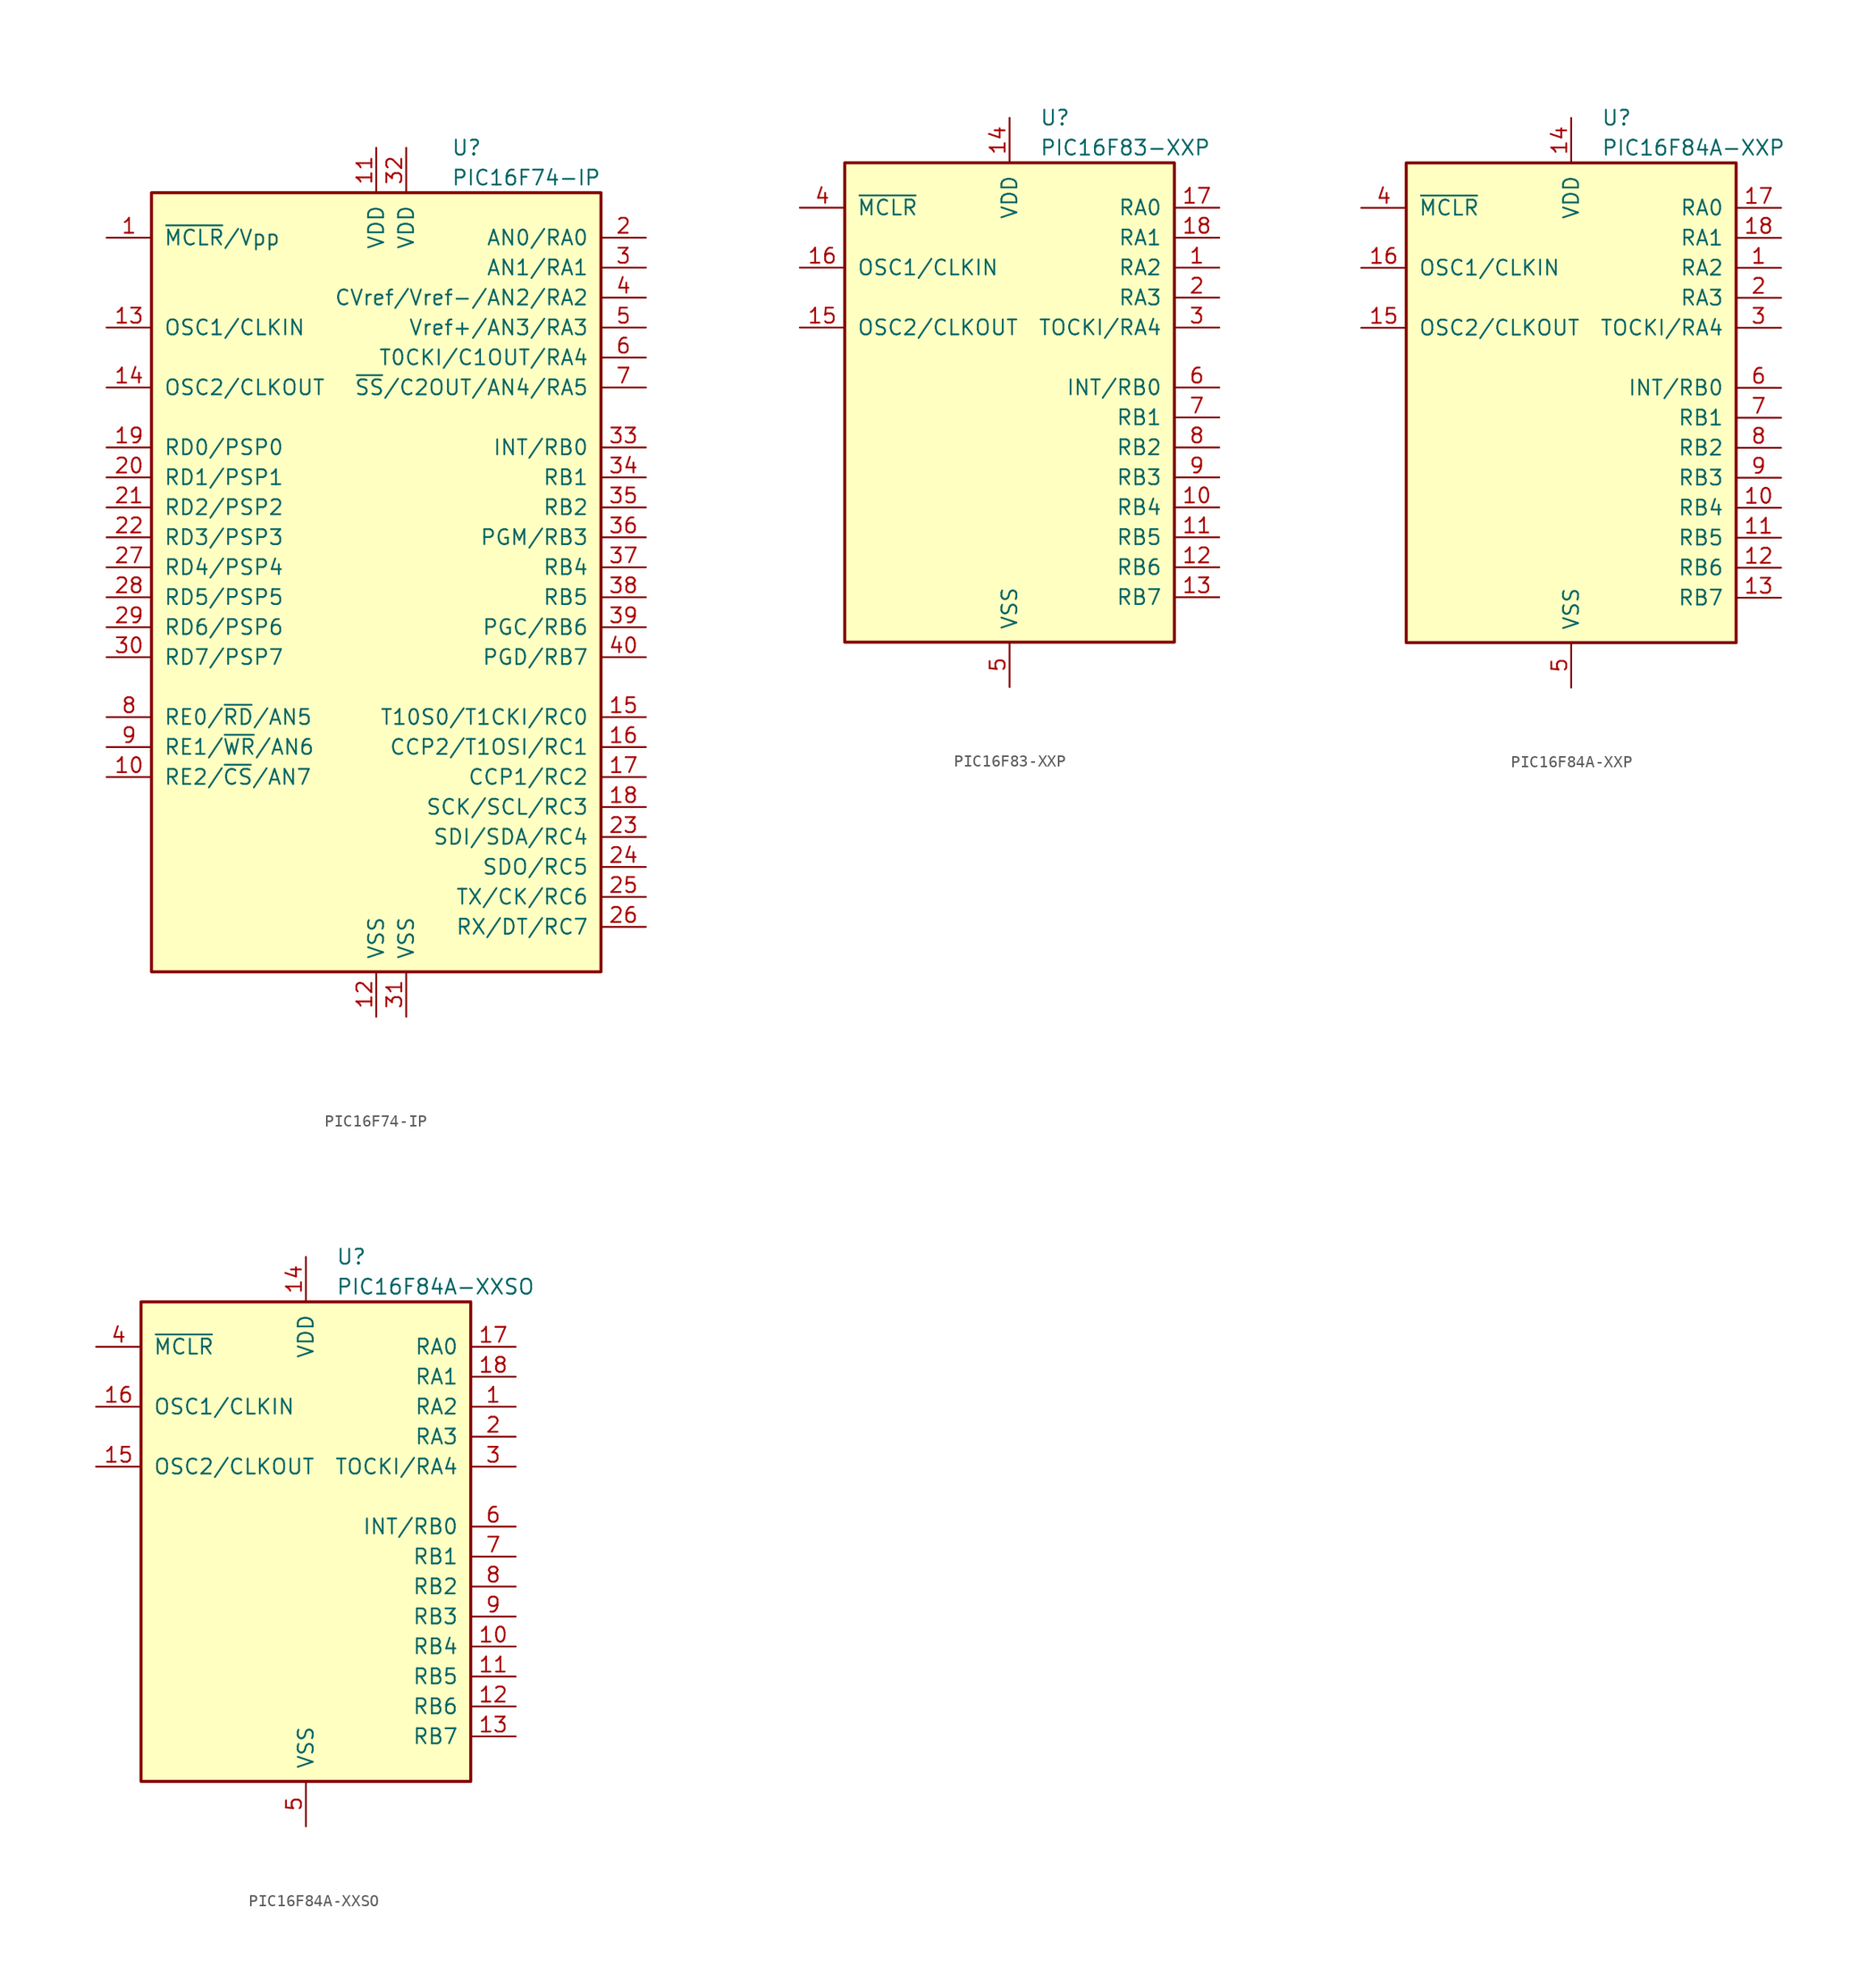
<source format=kicad_sym>
(kicad_symbol_lib
  (version 20220914)
  (generator kicad_symbol_editor)
  (symbol "PIC16F74-IP"
    (pin_names
      (offset 1.016))
    (property "Reference" "U"
      (at 6.35 35.56 0)
      (effects (font (size 1.27 1.27)) (justify left)))
    (property "Value" "PIC16F74-IP"
      (at 6.35 33.02 0)
      (effects (font (size 1.27 1.27)) (justify left)))
    (symbol "PIC16F74-IP_0_1"
      (rectangle (start -19.05 -34.29) (end 19.05 31.75) (stroke (width 0.254) (type default)) (fill (type background))))
    (symbol "PIC16F74-IP_1_1"
      (pin input line (at -22.86 27.94 0) (length 3.81) (name "~{MCLR}/Vpp" (effects (font (size 1.27 1.27)))) (number "1" (effects (font (size 1.27 1.27)))))
      (pin bidirectional line (at -22.86 -17.78 0) (length 3.81) (name "RE2/~{CS}/AN7" (effects (font (size 1.27 1.27)))) (number "10" (effects (font (size 1.27 1.27)))))
      (pin power_in line (at 0 35.56 270) (length 3.81) (name "VDD" (effects (font (size 1.27 1.27)))) (number "11" (effects (font (size 1.27 1.27)))))
      (pin power_in line (at 0 -38.1 90) (length 3.81) (name "VSS" (effects (font (size 1.27 1.27)))) (number "12" (effects (font (size 1.27 1.27)))))
      (pin input line (at -22.86 20.32 0) (length 3.81) (name "OSC1/CLKIN" (effects (font (size 1.27 1.27)))) (number "13" (effects (font (size 1.27 1.27)))))
      (pin output line (at -22.86 15.24 0) (length 3.81) (name "OSC2/CLKOUT" (effects (font (size 1.27 1.27)))) (number "14" (effects (font (size 1.27 1.27)))))
      (pin bidirectional line (at 22.86 -12.7 180) (length 3.81) (name "T10S0/T1CKI/RC0" (effects (font (size 1.27 1.27)))) (number "15" (effects (font (size 1.27 1.27)))))
      (pin bidirectional line (at 22.86 -15.24 180) (length 3.81) (name "CCP2/T1OSI/RC1" (effects (font (size 1.27 1.27)))) (number "16" (effects (font (size 1.27 1.27)))))
      (pin bidirectional line (at 22.86 -17.78 180) (length 3.81) (name "CCP1/RC2" (effects (font (size 1.27 1.27)))) (number "17" (effects (font (size 1.27 1.27)))))
      (pin bidirectional line (at 22.86 -20.32 180) (length 3.81) (name "SCK/SCL/RC3" (effects (font (size 1.27 1.27)))) (number "18" (effects (font (size 1.27 1.27)))))
      (pin bidirectional line (at -22.86 10.16 0) (length 3.81) (name "RD0/PSP0" (effects (font (size 1.27 1.27)))) (number "19" (effects (font (size 1.27 1.27)))))
      (pin bidirectional line (at 22.86 27.94 180) (length 3.81) (name "AN0/RA0" (effects (font (size 1.27 1.27)))) (number "2" (effects (font (size 1.27 1.27)))))
      (pin bidirectional line (at -22.86 7.62 0) (length 3.81) (name "RD1/PSP1" (effects (font (size 1.27 1.27)))) (number "20" (effects (font (size 1.27 1.27)))))
      (pin bidirectional line (at -22.86 5.08 0) (length 3.81) (name "RD2/PSP2" (effects (font (size 1.27 1.27)))) (number "21" (effects (font (size 1.27 1.27)))))
      (pin bidirectional line (at -22.86 2.54 0) (length 3.81) (name "RD3/PSP3" (effects (font (size 1.27 1.27)))) (number "22" (effects (font (size 1.27 1.27)))))
      (pin bidirectional line (at 22.86 -22.86 180) (length 3.81) (name "SDI/SDA/RC4" (effects (font (size 1.27 1.27)))) (number "23" (effects (font (size 1.27 1.27)))))
      (pin bidirectional line (at 22.86 -25.4 180) (length 3.81) (name "SDO/RC5" (effects (font (size 1.27 1.27)))) (number "24" (effects (font (size 1.27 1.27)))))
      (pin bidirectional line (at 22.86 -27.94 180) (length 3.81) (name "TX/CK/RC6" (effects (font (size 1.27 1.27)))) (number "25" (effects (font (size 1.27 1.27)))))
      (pin bidirectional line (at 22.86 -30.48 180) (length 3.81) (name "RX/DT/RC7" (effects (font (size 1.27 1.27)))) (number "26" (effects (font (size 1.27 1.27)))))
      (pin bidirectional line (at -22.86 0 0) (length 3.81) (name "RD4/PSP4" (effects (font (size 1.27 1.27)))) (number "27" (effects (font (size 1.27 1.27)))))
      (pin bidirectional line (at -22.86 -2.54 0) (length 3.81) (name "RD5/PSP5" (effects (font (size 1.27 1.27)))) (number "28" (effects (font (size 1.27 1.27)))))
      (pin bidirectional line (at -22.86 -5.08 0) (length 3.81) (name "RD6/PSP6" (effects (font (size 1.27 1.27)))) (number "29" (effects (font (size 1.27 1.27)))))
      (pin bidirectional line (at 22.86 25.4 180) (length 3.81) (name "AN1/RA1" (effects (font (size 1.27 1.27)))) (number "3" (effects (font (size 1.27 1.27)))))
      (pin bidirectional line (at -22.86 -7.62 0) (length 3.81) (name "RD7/PSP7" (effects (font (size 1.27 1.27)))) (number "30" (effects (font (size 1.27 1.27)))))
      (pin power_in line (at 2.54 -38.1 90) (length 3.81) (name "VSS" (effects (font (size 1.27 1.27)))) (number "31" (effects (font (size 1.27 1.27)))))
      (pin power_in line (at 2.54 35.56 270) (length 3.81) (name "VDD" (effects (font (size 1.27 1.27)))) (number "32" (effects (font (size 1.27 1.27)))))
      (pin bidirectional line (at 22.86 10.16 180) (length 3.81) (name "INT/RB0" (effects (font (size 1.27 1.27)))) (number "33" (effects (font (size 1.27 1.27)))))
      (pin bidirectional line (at 22.86 7.62 180) (length 3.81) (name "RB1" (effects (font (size 1.27 1.27)))) (number "34" (effects (font (size 1.27 1.27)))))
      (pin bidirectional line (at 22.86 5.08 180) (length 3.81) (name "RB2" (effects (font (size 1.27 1.27)))) (number "35" (effects (font (size 1.27 1.27)))))
      (pin bidirectional line (at 22.86 2.54 180) (length 3.81) (name "PGM/RB3" (effects (font (size 1.27 1.27)))) (number "36" (effects (font (size 1.27 1.27)))))
      (pin bidirectional line (at 22.86 0 180) (length 3.81) (name "RB4" (effects (font (size 1.27 1.27)))) (number "37" (effects (font (size 1.27 1.27)))))
      (pin bidirectional line (at 22.86 -2.54 180) (length 3.81) (name "RB5" (effects (font (size 1.27 1.27)))) (number "38" (effects (font (size 1.27 1.27)))))
      (pin bidirectional line (at 22.86 -5.08 180) (length 3.81) (name "PGC/RB6" (effects (font (size 1.27 1.27)))) (number "39" (effects (font (size 1.27 1.27)))))
      (pin bidirectional line (at 22.86 22.86 180) (length 3.81) (name "CVref/Vref-/AN2/RA2" (effects (font (size 1.27 1.27)))) (number "4" (effects (font (size 1.27 1.27)))))
      (pin bidirectional line (at 22.86 -7.62 180) (length 3.81) (name "PGD/RB7" (effects (font (size 1.27 1.27)))) (number "40" (effects (font (size 1.27 1.27)))))
      (pin bidirectional line (at 22.86 20.32 180) (length 3.81) (name "Vref+/AN3/RA3" (effects (font (size 1.27 1.27)))) (number "5" (effects (font (size 1.27 1.27)))))
      (pin bidirectional line (at 22.86 17.78 180) (length 3.81) (name "T0CKI/C1OUT/RA4" (effects (font (size 1.27 1.27)))) (number "6" (effects (font (size 1.27 1.27)))))
      (pin bidirectional line (at 22.86 15.24 180) (length 3.81) (name "~{SS}/C2OUT/AN4/RA5" (effects (font (size 1.27 1.27)))) (number "7" (effects (font (size 1.27 1.27)))))
      (pin bidirectional line (at -22.86 -12.7 0) (length 3.81) (name "RE0/~{RD}/AN5" (effects (font (size 1.27 1.27)))) (number "8" (effects (font (size 1.27 1.27)))))
      (pin bidirectional line (at -22.86 -15.24 0) (length 3.81) (name "RE1/~{WR}/AN6" (effects (font (size 1.27 1.27)))) (number "9" (effects (font (size 1.27 1.27)))))))
  (symbol "PIC16F83-XXP"
    (pin_names
      (offset 1.016))
    (property "Reference" "U"
      (at 2.54 22.86 0)
      (effects (font (size 1.27 1.27)) (justify left)))
    (property "Value" "PIC16F83-XXP"
      (at 2.54 20.32 0)
      (effects (font (size 1.27 1.27)) (justify left)))
    (symbol "PIC16F83-XXP_0_1"
      (rectangle (start -13.97 19.05) (end 13.97 -21.59) (stroke (width 0.254) (type default)) (fill (type background))))
    (symbol "PIC16F83-XXP_1_1"
      (pin bidirectional line (at 17.78 10.16 180) (length 3.81) (name "RA2" (effects (font (size 1.27 1.27)))) (number "1" (effects (font (size 1.27 1.27)))))
      (pin bidirectional line (at 17.78 -10.16 180) (length 3.81) (name "RB4" (effects (font (size 1.27 1.27)))) (number "10" (effects (font (size 1.27 1.27)))))
      (pin bidirectional line (at 17.78 -12.7 180) (length 3.81) (name "RB5" (effects (font (size 1.27 1.27)))) (number "11" (effects (font (size 1.27 1.27)))))
      (pin bidirectional line (at 17.78 -15.24 180) (length 3.81) (name "RB6" (effects (font (size 1.27 1.27)))) (number "12" (effects (font (size 1.27 1.27)))))
      (pin bidirectional line (at 17.78 -17.78 180) (length 3.81) (name "RB7" (effects (font (size 1.27 1.27)))) (number "13" (effects (font (size 1.27 1.27)))))
      (pin power_in line (at 0 22.86 270) (length 3.81) (name "VDD" (effects (font (size 1.27 1.27)))) (number "14" (effects (font (size 1.27 1.27)))))
      (pin output line (at -17.78 5.08 0) (length 3.81) (name "OSC2/CLKOUT" (effects (font (size 1.27 1.27)))) (number "15" (effects (font (size 1.27 1.27)))))
      (pin input line (at -17.78 10.16 0) (length 3.81) (name "OSC1/CLKIN" (effects (font (size 1.27 1.27)))) (number "16" (effects (font (size 1.27 1.27)))))
      (pin bidirectional line (at 17.78 15.24 180) (length 3.81) (name "RA0" (effects (font (size 1.27 1.27)))) (number "17" (effects (font (size 1.27 1.27)))))
      (pin bidirectional line (at 17.78 12.7 180) (length 3.81) (name "RA1" (effects (font (size 1.27 1.27)))) (number "18" (effects (font (size 1.27 1.27)))))
      (pin bidirectional line (at 17.78 7.62 180) (length 3.81) (name "RA3" (effects (font (size 1.27 1.27)))) (number "2" (effects (font (size 1.27 1.27)))))
      (pin bidirectional line (at 17.78 5.08 180) (length 3.81) (name "TOCKI/RA4" (effects (font (size 1.27 1.27)))) (number "3" (effects (font (size 1.27 1.27)))))
      (pin input line (at -17.78 15.24 0) (length 3.81) (name "~{MCLR}" (effects (font (size 1.27 1.27)))) (number "4" (effects (font (size 1.27 1.27)))))
      (pin power_in line (at 0 -25.4 90) (length 3.81) (name "VSS" (effects (font (size 1.27 1.27)))) (number "5" (effects (font (size 1.27 1.27)))))
      (pin bidirectional line (at 17.78 0 180) (length 3.81) (name "INT/RB0" (effects (font (size 1.27 1.27)))) (number "6" (effects (font (size 1.27 1.27)))))
      (pin bidirectional line (at 17.78 -2.54 180) (length 3.81) (name "RB1" (effects (font (size 1.27 1.27)))) (number "7" (effects (font (size 1.27 1.27)))))
      (pin bidirectional line (at 17.78 -5.08 180) (length 3.81) (name "RB2" (effects (font (size 1.27 1.27)))) (number "8" (effects (font (size 1.27 1.27)))))
      (pin bidirectional line (at 17.78 -7.62 180) (length 3.81) (name "RB3" (effects (font (size 1.27 1.27)))) (number "9" (effects (font (size 1.27 1.27)))))))
  (symbol "PIC16F84A-XXP"
    (pin_names
      (offset 1.016))
    (property "Reference" "U"
      (at 2.54 22.86 0)
      (effects (font (size 1.27 1.27)) (justify left)))
    (property "Value" "PIC16F84A-XXP"
      (at 2.54 20.32 0)
      (effects (font (size 1.27 1.27)) (justify left)))
    (symbol "PIC16F84A-XXP_0_1"
      (rectangle (start -13.97 19.05) (end 13.97 -21.59) (stroke (width 0.254) (type default)) (fill (type background))))
    (symbol "PIC16F84A-XXP_1_1"
      (pin bidirectional line (at 17.78 10.16 180) (length 3.81) (name "RA2" (effects (font (size 1.27 1.27)))) (number "1" (effects (font (size 1.27 1.27)))))
      (pin bidirectional line (at 17.78 -10.16 180) (length 3.81) (name "RB4" (effects (font (size 1.27 1.27)))) (number "10" (effects (font (size 1.27 1.27)))))
      (pin bidirectional line (at 17.78 -12.7 180) (length 3.81) (name "RB5" (effects (font (size 1.27 1.27)))) (number "11" (effects (font (size 1.27 1.27)))))
      (pin bidirectional line (at 17.78 -15.24 180) (length 3.81) (name "RB6" (effects (font (size 1.27 1.27)))) (number "12" (effects (font (size 1.27 1.27)))))
      (pin bidirectional line (at 17.78 -17.78 180) (length 3.81) (name "RB7" (effects (font (size 1.27 1.27)))) (number "13" (effects (font (size 1.27 1.27)))))
      (pin power_in line (at 0 22.86 270) (length 3.81) (name "VDD" (effects (font (size 1.27 1.27)))) (number "14" (effects (font (size 1.27 1.27)))))
      (pin output line (at -17.78 5.08 0) (length 3.81) (name "OSC2/CLKOUT" (effects (font (size 1.27 1.27)))) (number "15" (effects (font (size 1.27 1.27)))))
      (pin input line (at -17.78 10.16 0) (length 3.81) (name "OSC1/CLKIN" (effects (font (size 1.27 1.27)))) (number "16" (effects (font (size 1.27 1.27)))))
      (pin bidirectional line (at 17.78 15.24 180) (length 3.81) (name "RA0" (effects (font (size 1.27 1.27)))) (number "17" (effects (font (size 1.27 1.27)))))
      (pin bidirectional line (at 17.78 12.7 180) (length 3.81) (name "RA1" (effects (font (size 1.27 1.27)))) (number "18" (effects (font (size 1.27 1.27)))))
      (pin bidirectional line (at 17.78 7.62 180) (length 3.81) (name "RA3" (effects (font (size 1.27 1.27)))) (number "2" (effects (font (size 1.27 1.27)))))
      (pin bidirectional line (at 17.78 5.08 180) (length 3.81) (name "TOCKI/RA4" (effects (font (size 1.27 1.27)))) (number "3" (effects (font (size 1.27 1.27)))))
      (pin input line (at -17.78 15.24 0) (length 3.81) (name "~{MCLR}" (effects (font (size 1.27 1.27)))) (number "4" (effects (font (size 1.27 1.27)))))
      (pin power_in line (at 0 -25.4 90) (length 3.81) (name "VSS" (effects (font (size 1.27 1.27)))) (number "5" (effects (font (size 1.27 1.27)))))
      (pin bidirectional line (at 17.78 0 180) (length 3.81) (name "INT/RB0" (effects (font (size 1.27 1.27)))) (number "6" (effects (font (size 1.27 1.27)))))
      (pin bidirectional line (at 17.78 -2.54 180) (length 3.81) (name "RB1" (effects (font (size 1.27 1.27)))) (number "7" (effects (font (size 1.27 1.27)))))
      (pin bidirectional line (at 17.78 -5.08 180) (length 3.81) (name "RB2" (effects (font (size 1.27 1.27)))) (number "8" (effects (font (size 1.27 1.27)))))
      (pin bidirectional line (at 17.78 -7.62 180) (length 3.81) (name "RB3" (effects (font (size 1.27 1.27)))) (number "9" (effects (font (size 1.27 1.27)))))))
  (symbol "PIC16F84A-XXSO"
    (pin_names
      (offset 1.016))
    (property "Reference" "U"
      (at 2.54 22.86 0)
      (effects (font (size 1.27 1.27)) (justify left)))
    (property "Value" "PIC16F84A-XXSO"
      (at 2.54 20.32 0)
      (effects (font (size 1.27 1.27)) (justify left)))
    (symbol "PIC16F84A-XXSO_0_1"
      (rectangle (start -13.97 19.05) (end 13.97 -21.59) (stroke (width 0.254) (type default)) (fill (type background))))
    (symbol "PIC16F84A-XXSO_1_1"
      (pin bidirectional line (at 17.78 10.16 180) (length 3.81) (name "RA2" (effects (font (size 1.27 1.27)))) (number "1" (effects (font (size 1.27 1.27)))))
      (pin bidirectional line (at 17.78 -10.16 180) (length 3.81) (name "RB4" (effects (font (size 1.27 1.27)))) (number "10" (effects (font (size 1.27 1.27)))))
      (pin bidirectional line (at 17.78 -12.7 180) (length 3.81) (name "RB5" (effects (font (size 1.27 1.27)))) (number "11" (effects (font (size 1.27 1.27)))))
      (pin bidirectional line (at 17.78 -15.24 180) (length 3.81) (name "RB6" (effects (font (size 1.27 1.27)))) (number "12" (effects (font (size 1.27 1.27)))))
      (pin bidirectional line (at 17.78 -17.78 180) (length 3.81) (name "RB7" (effects (font (size 1.27 1.27)))) (number "13" (effects (font (size 1.27 1.27)))))
      (pin power_in line (at 0 22.86 270) (length 3.81) (name "VDD" (effects (font (size 1.27 1.27)))) (number "14" (effects (font (size 1.27 1.27)))))
      (pin output line (at -17.78 5.08 0) (length 3.81) (name "OSC2/CLKOUT" (effects (font (size 1.27 1.27)))) (number "15" (effects (font (size 1.27 1.27)))))
      (pin input line (at -17.78 10.16 0) (length 3.81) (name "OSC1/CLKIN" (effects (font (size 1.27 1.27)))) (number "16" (effects (font (size 1.27 1.27)))))
      (pin bidirectional line (at 17.78 15.24 180) (length 3.81) (name "RA0" (effects (font (size 1.27 1.27)))) (number "17" (effects (font (size 1.27 1.27)))))
      (pin bidirectional line (at 17.78 12.7 180) (length 3.81) (name "RA1" (effects (font (size 1.27 1.27)))) (number "18" (effects (font (size 1.27 1.27)))))
      (pin bidirectional line (at 17.78 7.62 180) (length 3.81) (name "RA3" (effects (font (size 1.27 1.27)))) (number "2" (effects (font (size 1.27 1.27)))))
      (pin bidirectional line (at 17.78 5.08 180) (length 3.81) (name "TOCKI/RA4" (effects (font (size 1.27 1.27)))) (number "3" (effects (font (size 1.27 1.27)))))
      (pin input line (at -17.78 15.24 0) (length 3.81) (name "~{MCLR}" (effects (font (size 1.27 1.27)))) (number "4" (effects (font (size 1.27 1.27)))))
      (pin power_in line (at 0 -25.4 90) (length 3.81) (name "VSS" (effects (font (size 1.27 1.27)))) (number "5" (effects (font (size 1.27 1.27)))))
      (pin bidirectional line (at 17.78 0 180) (length 3.81) (name "INT/RB0" (effects (font (size 1.27 1.27)))) (number "6" (effects (font (size 1.27 1.27)))))
      (pin bidirectional line (at 17.78 -2.54 180) (length 3.81) (name "RB1" (effects (font (size 1.27 1.27)))) (number "7" (effects (font (size 1.27 1.27)))))
      (pin bidirectional line (at 17.78 -5.08 180) (length 3.81) (name "RB2" (effects (font (size 1.27 1.27)))) (number "8" (effects (font (size 1.27 1.27)))))
      (pin bidirectional line (at 17.78 -7.62 180) (length 3.81) (name "RB3" (effects (font (size 1.27 1.27)))) (number "9" (effects (font (size 1.27 1.27))))))))
</source>
